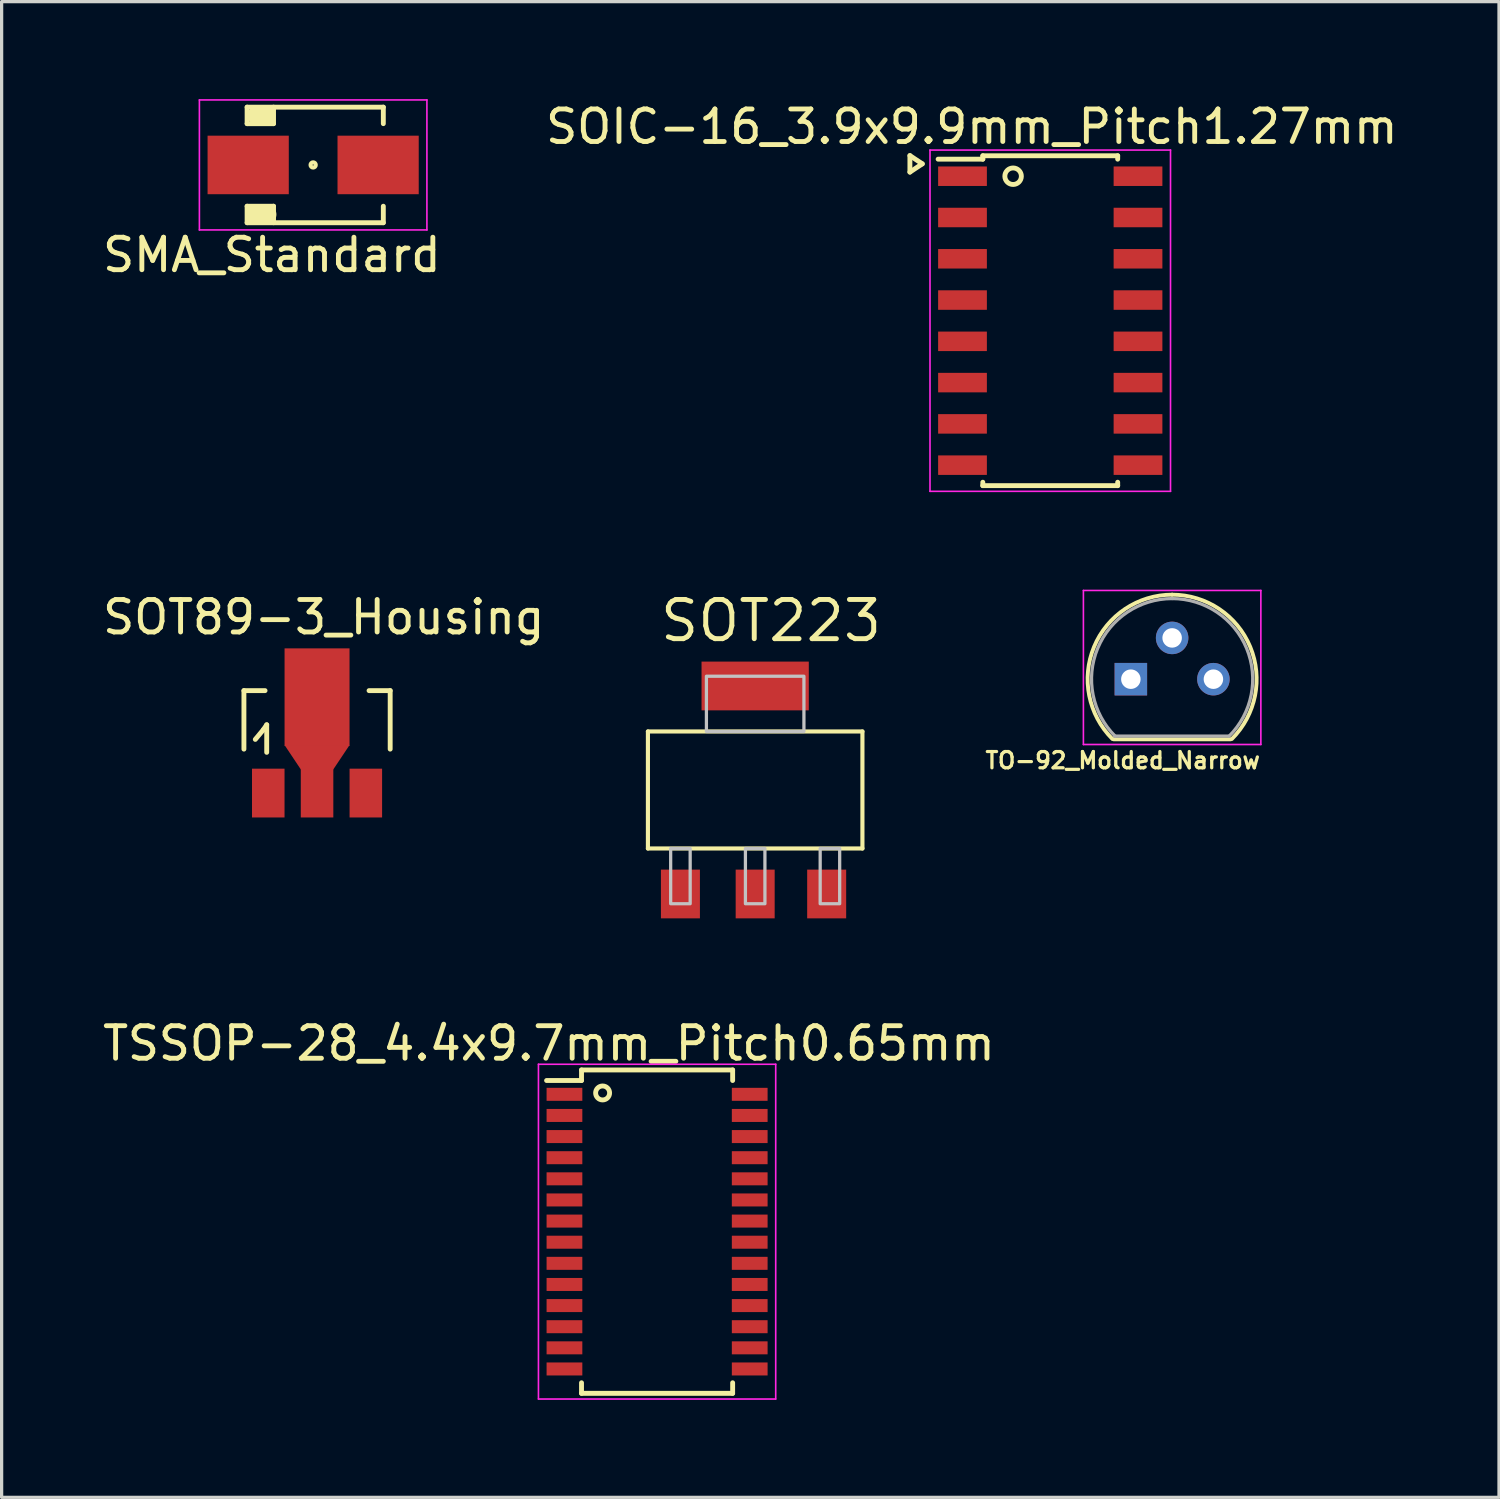
<source format=kicad_pcb>
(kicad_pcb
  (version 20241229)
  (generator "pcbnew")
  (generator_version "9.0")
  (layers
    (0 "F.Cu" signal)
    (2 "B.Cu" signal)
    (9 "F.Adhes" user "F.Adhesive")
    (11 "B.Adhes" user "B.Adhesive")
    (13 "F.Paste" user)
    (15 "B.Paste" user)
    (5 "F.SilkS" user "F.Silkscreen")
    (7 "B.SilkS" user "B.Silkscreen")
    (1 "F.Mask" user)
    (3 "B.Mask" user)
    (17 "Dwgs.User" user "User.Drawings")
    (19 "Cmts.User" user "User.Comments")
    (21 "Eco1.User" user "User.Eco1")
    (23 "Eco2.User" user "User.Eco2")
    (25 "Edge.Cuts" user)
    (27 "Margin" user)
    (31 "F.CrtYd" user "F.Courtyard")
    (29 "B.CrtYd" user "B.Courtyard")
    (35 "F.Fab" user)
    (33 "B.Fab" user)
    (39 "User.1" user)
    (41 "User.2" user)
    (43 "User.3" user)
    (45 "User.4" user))
  (footprint "TO-92_Molded_Narrow"
    (layer "F.Cu")
    (at 31.744 17.847)
    (property "Reference" "TO-92_Molded_Narrow" (at -0.25 2.5 0) (layer "F.SilkS") (effects (font (size 0.5 0.5) (thickness 0.1))))
    (attr through_hole)
    (fp_line (start -0.53 1.85) (end 3.07 1.85) (stroke (width 0.12) (type solid)) (layer "F.SilkS"))
    (fp_arc (start -0.568478 1.838478) (mid -1.132087 -0.994977) (end 1.27 -2.6) (stroke (width 0.12) (type solid)) (layer "F.SilkS"))
    (fp_arc (start 1.27 -2.6) (mid 3.672087 -0.994977) (end 3.108478 1.838478) (stroke (width 0.12) (type solid)) (layer "F.SilkS"))
    (fp_line (start -1.46 -2.73) (end -1.46 2.01) (stroke (width 0.05) (type solid)) (layer "F.CrtYd"))
    (fp_line (start -1.46 -2.73) (end 4 -2.73) (stroke (width 0.05) (type solid)) (layer "F.CrtYd"))
    (fp_line (start 4 2.01) (end -1.46 2.01) (stroke (width 0.05) (type solid)) (layer "F.CrtYd"))
    (fp_line (start 4 2.01) (end 4 -2.73) (stroke (width 0.05) (type solid)) (layer "F.CrtYd"))
    (fp_line (start -0.5 1.75) (end 3 1.75) (stroke (width 0.1) (type solid)) (layer "F.Fab"))
    (fp_arc (start -0.483625 1.753625) (mid -1.021221 -0.949055) (end 1.27 -2.48) (stroke (width 0.1) (type solid)) (layer "F.Fab"))
    (fp_arc (start 1.27 -2.48) (mid 3.561221 -0.949055) (end 3.023625 1.753625) (stroke (width 0.1) (type solid)) (layer "F.Fab"))
    (pad "1" thru_hole rect (at 0 0 90) (size 1 1) (drill 0.6) (layers "*.Cu" "*.Mask"))
    (pad "2" thru_hole circle (at 1.27 -1.27 90) (size 1 1) (drill 0.6) (layers "*.Cu" "*.Mask"))
    (pad "3" thru_hole circle (at 2.54 0 90) (size 1 1) (drill 0.6) (layers "*.Cu" "*.Mask")))
  (footprint "TSSOP-28_4.4x9.7mm_Pitch0.65mm"
    (layer "F.Cu")
    (at 17.167 34.845)
    (property "Reference" "TSSOP-28_4.4x9.7mm_Pitch0.65mm" (at -3.327 -5.791 0) (layer "F.SilkS") (effects (font (size 1 1) (thickness 0.15))))
    (attr smd)
    (fp_line (start -2.325 -4.975) (end -2.325 -4.65) (stroke (width 0.15) (type solid)) (layer "F.SilkS"))
    (fp_line (start -2.325 -4.975) (end 2.325 -4.975) (stroke (width 0.15) (type solid)) (layer "F.SilkS"))
    (fp_line (start -2.325 -4.65) (end -3.4 -4.65) (stroke (width 0.15) (type solid)) (layer "F.SilkS"))
    (fp_line (start -2.325 4.975) (end -2.325 4.65) (stroke (width 0.15) (type solid)) (layer "F.SilkS"))
    (fp_line (start -2.325 4.975) (end 2.325 4.975) (stroke (width 0.15) (type solid)) (layer "F.SilkS"))
    (fp_line (start 2.325 -4.975) (end 2.325 -4.65) (stroke (width 0.15) (type solid)) (layer "F.SilkS"))
    (fp_line (start 2.325 4.975) (end 2.325 4.65) (stroke (width 0.15) (type solid)) (layer "F.SilkS"))
    (fp_circle (center -1.676 -4.267) (end -1.524 -4.115) (stroke (width 0.15) (type solid)) (fill no) (layer "F.SilkS"))
    (fp_line (start -3.65 -5.15) (end -3.65 5.15) (stroke (width 0.05) (type solid)) (layer "F.CrtYd"))
    (fp_line (start -3.65 -5.15) (end 3.65 -5.15) (stroke (width 0.05) (type solid)) (layer "F.CrtYd"))
    (fp_line (start -3.65 5.15) (end 3.65 5.15) (stroke (width 0.05) (type solid)) (layer "F.CrtYd"))
    (fp_line (start 3.65 -5.15) (end 3.65 5.15) (stroke (width 0.05) (type solid)) (layer "F.CrtYd"))
    (pad "1" smd rect (at -2.85 -4.225) (size 1.1 0.4) (layers "F.Cu" "F.Mask" "F.Paste"))
    (pad "2" smd rect (at -2.85 -3.575) (size 1.1 0.4) (layers "F.Cu" "F.Mask" "F.Paste"))
    (pad "3" smd rect (at -2.85 -2.925) (size 1.1 0.4) (layers "F.Cu" "F.Mask" "F.Paste"))
    (pad "4" smd rect (at -2.85 -2.275) (size 1.1 0.4) (layers "F.Cu" "F.Mask" "F.Paste"))
    (pad "5" smd rect (at -2.85 -1.625) (size 1.1 0.4) (layers "F.Cu" "F.Mask" "F.Paste"))
    (pad "6" smd rect (at -2.85 -0.975) (size 1.1 0.4) (layers "F.Cu" "F.Mask" "F.Paste"))
    (pad "7" smd rect (at -2.85 -0.325) (size 1.1 0.4) (layers "F.Cu" "F.Mask" "F.Paste"))
    (pad "8" smd rect (at -2.85 0.325) (size 1.1 0.4) (layers "F.Cu" "F.Mask" "F.Paste"))
    (pad "9" smd rect (at -2.85 0.975) (size 1.1 0.4) (layers "F.Cu" "F.Mask" "F.Paste"))
    (pad "10" smd rect (at -2.85 1.625) (size 1.1 0.4) (layers "F.Cu" "F.Mask" "F.Paste"))
    (pad "11" smd rect (at -2.85 2.275) (size 1.1 0.4) (layers "F.Cu" "F.Mask" "F.Paste"))
    (pad "12" smd rect (at -2.85 2.925) (size 1.1 0.4) (layers "F.Cu" "F.Mask" "F.Paste"))
    (pad "13" smd rect (at -2.85 3.575) (size 1.1 0.4) (layers "F.Cu" "F.Mask" "F.Paste"))
    (pad "14" smd rect (at -2.85 4.225) (size 1.1 0.4) (layers "F.Cu" "F.Mask" "F.Paste"))
    (pad "15" smd rect (at 2.85 4.225) (size 1.1 0.4) (layers "F.Cu" "F.Mask" "F.Paste"))
    (pad "16" smd rect (at 2.85 3.575) (size 1.1 0.4) (layers "F.Cu" "F.Mask" "F.Paste"))
    (pad "17" smd rect (at 2.85 2.925) (size 1.1 0.4) (layers "F.Cu" "F.Mask" "F.Paste"))
    (pad "18" smd rect (at 2.85 2.275) (size 1.1 0.4) (layers "F.Cu" "F.Mask" "F.Paste"))
    (pad "19" smd rect (at 2.85 1.625) (size 1.1 0.4) (layers "F.Cu" "F.Mask" "F.Paste"))
    (pad "20" smd rect (at 2.85 0.975) (size 1.1 0.4) (layers "F.Cu" "F.Mask" "F.Paste"))
    (pad "21" smd rect (at 2.85 0.325) (size 1.1 0.4) (layers "F.Cu" "F.Mask" "F.Paste"))
    (pad "22" smd rect (at 2.85 -0.325) (size 1.1 0.4) (layers "F.Cu" "F.Mask" "F.Paste"))
    (pad "23" smd rect (at 2.85 -0.975) (size 1.1 0.4) (layers "F.Cu" "F.Mask" "F.Paste"))
    (pad "24" smd rect (at 2.85 -1.625) (size 1.1 0.4) (layers "F.Cu" "F.Mask" "F.Paste"))
    (pad "25" smd rect (at 2.85 -2.275) (size 1.1 0.4) (layers "F.Cu" "F.Mask" "F.Paste"))
    (pad "26" smd rect (at 2.85 -2.925) (size 1.1 0.4) (layers "F.Cu" "F.Mask" "F.Paste"))
    (pad "27" smd rect (at 2.85 -3.575) (size 1.1 0.4) (layers "F.Cu" "F.Mask" "F.Paste"))
    (pad "28" smd rect (at 2.85 -4.225) (size 1.1 0.4) (layers "F.Cu" "F.Mask" "F.Paste")))
  (footprint "SOT223"
    (layer "F.Cu")
    (at 20.185 21.256)
    (property "Reference" "SOT223" (at -3 -4.5 0) (layer "F.SilkS") (effects (font (size 1.206 1.206) (thickness 0.152)) (justify left bottom)))
    (attr through_hole)
    (fp_line (start -3.3 -1.8) (end -3.3 1.8) (stroke (width 0.127) (type solid)) (layer "F.SilkS"))
    (fp_line (start -3.3 1.8) (end 3.3 1.8) (stroke (width 0.127) (type solid)) (layer "F.SilkS"))
    (fp_line (start 3.3 -1.8) (end -3.3 -1.8) (stroke (width 0.127) (type solid)) (layer "F.SilkS"))
    (fp_line (start 3.3 1.8) (end 3.3 -1.8) (stroke (width 0.127) (type solid)) (layer "F.SilkS"))
    (fp_poly (pts (xy -2.6 3.5) (xy -2 3.5) (xy -2 1.8) (xy -2.6 1.8)) (stroke (width 0.1) (type solid)) (fill no) (layer "Dwgs.User"))
    (fp_poly (pts (xy -1.5 -1.8) (xy 1.5 -1.8) (xy 1.5 -3.5) (xy -1.5 -3.5)) (stroke (width 0.1) (type solid)) (fill no) (layer "Dwgs.User"))
    (fp_poly (pts (xy -0.3 3.5) (xy 0.3 3.5) (xy 0.3 1.8) (xy -0.3 1.8)) (stroke (width 0.1) (type solid)) (fill no) (layer "Dwgs.User"))
    (fp_poly (pts (xy 2 3.5) (xy 2.6 3.5) (xy 2.6 1.8) (xy 2 1.8)) (stroke (width 0.1) (type solid)) (fill no) (layer "Dwgs.User"))
    (pad "1" smd rect (at -2.3 3.2) (size 1.2 1.5) (layers "F.Cu" "F.Mask" "F.Paste"))
    (pad "2" smd rect (at 0 3.2) (size 1.2 1.5) (layers "F.Cu" "F.Mask" "F.Paste"))
    (pad "2B" smd rect (at 0 -3.2) (size 3.3 1.5) (layers "F.Cu" "F.Mask" "F.Paste"))
    (pad "3" smd rect (at 2.2 3.2) (size 1.2 1.5) (layers "F.Cu" "F.Mask" "F.Paste")))
  (footprint "SOIC-16_3.9x9.9mm_Pitch1.27mm"
    (layer "F.Cu")
    (at 29.264 6.817)
    (property "Reference" "SOIC-16_3.9x9.9mm_Pitch1.27mm" (at -2.413 -5.969 0) (layer "F.SilkS") (effects (font (size 1 1) (thickness 0.15))))
    (attr smd)
    (fp_line (start -4.318 -5.08) (end -3.937 -4.826) (stroke (width 0.15) (type solid)) (layer "F.SilkS"))
    (fp_line (start -4.318 -4.572) (end -4.318 -5.08) (stroke (width 0.15) (type solid)) (layer "F.SilkS"))
    (fp_line (start -3.937 -4.826) (end -4.318 -4.572) (stroke (width 0.15) (type solid)) (layer "F.SilkS"))
    (fp_line (start -2.075 -5.075) (end -2.075 -4.97) (stroke (width 0.15) (type solid)) (layer "F.SilkS"))
    (fp_line (start -2.075 -5.075) (end 2.075 -5.075) (stroke (width 0.15) (type solid)) (layer "F.SilkS"))
    (fp_line (start -2.075 -4.97) (end -3.45 -4.97) (stroke (width 0.15) (type solid)) (layer "F.SilkS"))
    (fp_line (start -2.075 5.075) (end -2.075 4.97) (stroke (width 0.15) (type solid)) (layer "F.SilkS"))
    (fp_line (start -2.075 5.075) (end 2.075 5.075) (stroke (width 0.15) (type solid)) (layer "F.SilkS"))
    (fp_line (start 2.075 -5.075) (end 2.075 -4.97) (stroke (width 0.15) (type solid)) (layer "F.SilkS"))
    (fp_line (start 2.075 5.075) (end 2.075 4.97) (stroke (width 0.15) (type solid)) (layer "F.SilkS"))
    (fp_circle (center -1.143 -4.445) (end -1.143 -4.699) (stroke (width 0.15) (type solid)) (fill no) (layer "F.SilkS"))
    (fp_line (start -3.7 -5.25) (end -3.7 5.25) (stroke (width 0.05) (type solid)) (layer "F.CrtYd"))
    (fp_line (start -3.7 -5.25) (end 3.7 -5.25) (stroke (width 0.05) (type solid)) (layer "F.CrtYd"))
    (fp_line (start -3.7 5.25) (end 3.7 5.25) (stroke (width 0.05) (type solid)) (layer "F.CrtYd"))
    (fp_line (start 3.7 -5.25) (end 3.7 5.25) (stroke (width 0.05) (type solid)) (layer "F.CrtYd"))
    (pad "1" smd rect (at -2.7 -4.445) (size 1.5 0.6) (layers "F.Cu" "F.Mask" "F.Paste"))
    (pad "2" smd rect (at -2.7 -3.175) (size 1.5 0.6) (layers "F.Cu" "F.Mask" "F.Paste"))
    (pad "3" smd rect (at -2.7 -1.905) (size 1.5 0.6) (layers "F.Cu" "F.Mask" "F.Paste"))
    (pad "4" smd rect (at -2.7 -0.635) (size 1.5 0.6) (layers "F.Cu" "F.Mask" "F.Paste"))
    (pad "5" smd rect (at -2.7 0.635) (size 1.5 0.6) (layers "F.Cu" "F.Mask" "F.Paste"))
    (pad "6" smd rect (at -2.7 1.905) (size 1.5 0.6) (layers "F.Cu" "F.Mask" "F.Paste"))
    (pad "7" smd rect (at -2.7 3.175) (size 1.5 0.6) (layers "F.Cu" "F.Mask" "F.Paste"))
    (pad "8" smd rect (at -2.7 4.445) (size 1.5 0.6) (layers "F.Cu" "F.Mask" "F.Paste"))
    (pad "9" smd rect (at 2.7 4.445) (size 1.5 0.6) (layers "F.Cu" "F.Mask" "F.Paste"))
    (pad "10" smd rect (at 2.7 3.175) (size 1.5 0.6) (layers "F.Cu" "F.Mask" "F.Paste"))
    (pad "11" smd rect (at 2.7 1.905) (size 1.5 0.6) (layers "F.Cu" "F.Mask" "F.Paste"))
    (pad "12" smd rect (at 2.7 0.635) (size 1.5 0.6) (layers "F.Cu" "F.Mask" "F.Paste"))
    (pad "13" smd rect (at 2.7 -0.635) (size 1.5 0.6) (layers "F.Cu" "F.Mask" "F.Paste"))
    (pad "14" smd rect (at 2.7 -1.905) (size 1.5 0.6) (layers "F.Cu" "F.Mask" "F.Paste"))
    (pad "15" smd rect (at 2.7 -3.175) (size 1.5 0.6) (layers "F.Cu" "F.Mask" "F.Paste"))
    (pad "16" smd rect (at 2.7 -4.445) (size 1.5 0.6) (layers "F.Cu" "F.Mask" "F.Paste")))
  (footprint "SOT89-3_Housing"
    (layer "F.Cu")
    (at 6.705 19.499)
    (property "Reference" "SOT89-3_Housing" (at 0.206 -3.559 0) (layer "F.SilkS") (effects (font (size 1 1) (thickness 0.15))))
    (attr smd)
    (fp_line (start -2.25 -1.3) (end -2.25 0.5) (stroke (width 0.15) (type solid)) (layer "F.SilkS"))
    (fp_line (start -2.25 -1.3) (end -1.6 -1.3) (stroke (width 0.15) (type solid)) (layer "F.SilkS"))
    (fp_line (start -1.9 0.201) (end -1.651 -0.099) (stroke (width 0.15) (type solid)) (layer "F.SilkS"))
    (fp_line (start -1.651 -0.099) (end -1.549 -0.249) (stroke (width 0.15) (type solid)) (layer "F.SilkS"))
    (fp_line (start -1.549 -0.249) (end -1.549 0.599) (stroke (width 0.15) (type solid)) (layer "F.SilkS"))
    (fp_line (start 2.25 -1.3) (end 1.6 -1.3) (stroke (width 0.15) (type solid)) (layer "F.SilkS"))
    (fp_line (start 2.25 -1.3) (end 2.25 0.5) (stroke (width 0.15) (type solid)) (layer "F.SilkS"))
    (pad "1" smd rect (at -1.501 1.852) (size 1.001 1.501) (layers "F.Cu" "F.Mask" "F.Paste"))
    (pad "2" smd rect (at 0 -1.1) (size 1.999 3) (layers "F.Cu" "F.Mask" "F.Paste"))
    (pad "2" smd trapezoid (at 0 0.749 180) (size 1.501 0.749) (rect_delta 0 0.5) (layers "F.Cu" "F.Mask" "F.Paste"))
    (pad "2" smd rect (at 0 1.852) (size 1.001 1.501) (layers "F.Cu" "F.Mask" "F.Paste"))
    (pad "3" smd rect (at 1.501 1.852) (size 1.001 1.501) (layers "F.Cu" "F.Mask" "F.Paste")))
  (footprint "SMA_Standard"
    (layer "F.Cu")
    (at 6.585 2.025)
    (property "Reference" "SMA_Standard" (at -1.27 2.769 0) (layer "F.SilkS") (effects (font (size 1 1) (thickness 0.15))))
    (attr smd)
    (fp_line (start -2.032 -1.778) (end -2.032 -1.27) (stroke (width 0.15) (type solid)) (layer "F.SilkS"))
    (fp_line (start -2.032 -1.778) (end 2.159 -1.778) (stroke (width 0.15) (type solid)) (layer "F.SilkS"))
    (fp_line (start -2.032 1.778) (end -2.032 1.27) (stroke (width 0.15) (type solid)) (layer "F.SilkS"))
    (fp_line (start -2.032 1.778) (end 2.159 1.778) (stroke (width 0.15) (type solid)) (layer "F.SilkS"))
    (fp_line (start -1.778 -1.524) (end -1.422 -1.524) (stroke (width 0.508) (type solid)) (layer "F.SilkS"))
    (fp_line (start -1.778 1.524) (end -1.448 1.524) (stroke (width 0.635) (type solid)) (layer "F.SilkS"))
    (fp_line (start -1.219 -1.778) (end -1.219 -1.27) (stroke (width 0.15) (type solid)) (layer "F.SilkS"))
    (fp_line (start -1.219 -1.27) (end -2.032 -1.27) (stroke (width 0.15) (type solid)) (layer "F.SilkS"))
    (fp_line (start -1.219 1.27) (end -2.032 1.27) (stroke (width 0.15) (type solid)) (layer "F.SilkS"))
    (fp_line (start -1.219 1.778) (end -1.219 1.27) (stroke (width 0.15) (type solid)) (layer "F.SilkS"))
    (fp_line (start 2.159 -1.778) (end 2.159 -1.27) (stroke (width 0.15) (type solid)) (layer "F.SilkS"))
    (fp_line (start 2.159 1.778) (end 2.159 1.27) (stroke (width 0.15) (type solid)) (layer "F.SilkS"))
    (fp_circle (center 0 0) (end 0.076 -0.025) (stroke (width 0.127) (type solid)) (fill no) (layer "F.SilkS"))
    (fp_line (start -3.5 -2) (end 3.5 -2) (stroke (width 0.05) (type solid)) (layer "F.CrtYd"))
    (fp_line (start -3.5 2) (end -3.5 -2) (stroke (width 0.05) (type solid)) (layer "F.CrtYd"))
    (fp_line (start 3.5 -2) (end 3.5 2) (stroke (width 0.05) (type solid)) (layer "F.CrtYd"))
    (fp_line (start 3.5 2) (end -3.5 2) (stroke (width 0.05) (type solid)) (layer "F.CrtYd"))
    (pad "1" smd rect (at -1.999 0) (size 2.499 1.801) (layers "F.Cu" "F.Mask" "F.Paste"))
    (pad "2" smd rect (at 1.999 0) (size 2.499 1.801) (layers "F.Cu" "F.Mask" "F.Paste")))
  (gr_rect
    (start -3 -3)
    (end 43.071 43.02)
    (stroke (width 0.1) (type default))
    (fill no)
    (layer "Edge.Cuts")))
</source>
